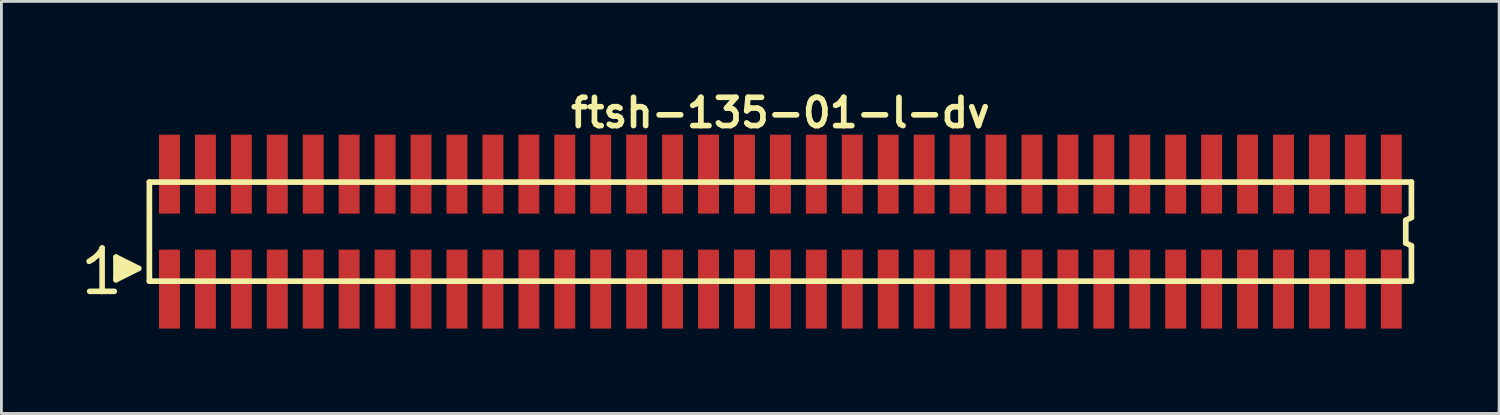
<source format=kicad_pcb>
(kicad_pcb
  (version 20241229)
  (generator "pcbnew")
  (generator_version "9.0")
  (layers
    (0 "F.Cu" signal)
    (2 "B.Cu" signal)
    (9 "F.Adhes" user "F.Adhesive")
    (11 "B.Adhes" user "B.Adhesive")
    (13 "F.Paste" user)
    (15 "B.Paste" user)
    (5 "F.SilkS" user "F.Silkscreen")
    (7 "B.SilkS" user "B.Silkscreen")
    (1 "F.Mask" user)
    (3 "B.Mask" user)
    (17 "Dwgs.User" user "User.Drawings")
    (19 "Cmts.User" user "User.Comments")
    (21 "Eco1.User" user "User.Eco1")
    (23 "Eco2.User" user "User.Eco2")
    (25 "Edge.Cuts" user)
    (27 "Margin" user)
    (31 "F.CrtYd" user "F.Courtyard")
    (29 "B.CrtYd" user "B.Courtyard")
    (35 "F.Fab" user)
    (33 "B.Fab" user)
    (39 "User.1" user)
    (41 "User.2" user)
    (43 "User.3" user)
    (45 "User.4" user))
  (footprint "ftsh-135-01-l-dv"
    (layer "F.Cu")
    (at 24.529 5.136)
    (property "Reference" "ftsh-135-01-l-dv" (at 0 -4.2 0) (layer "F.SilkS") (effects (font (size 1 1) (thickness 0.2))))
    (attr smd)
    (fp_line (start -24.43 1.05) (end -24.3 0.97) (stroke (width 0.198) (type solid)) (layer "F.SilkS"))
    (fp_line (start -24.3 0.97) (end -24.14 0.84) (stroke (width 0.198) (type solid)) (layer "F.SilkS"))
    (fp_line (start -24.14 0.84) (end -24 0.67) (stroke (width 0.198) (type solid)) (layer "F.SilkS"))
    (fp_line (start -24 0.67) (end -23.97 0.58) (stroke (width 0.198) (type solid)) (layer "F.SilkS"))
    (fp_line (start -23.97 0.58) (end -23.97 2.11) (stroke (width 0.198) (type solid)) (layer "F.SilkS"))
    (fp_line (start -23.97 2.11) (end -24.41 2.11) (stroke (width 0.198) (type solid)) (layer "F.SilkS"))
    (fp_line (start -23.54 2.11) (end -23.98 2.11) (stroke (width 0.198) (type solid)) (layer "F.SilkS"))
    (fp_line (start -23.48 0.9) (end -22.68 1.3) (stroke (width 0.198) (type solid)) (layer "F.SilkS"))
    (fp_line (start -23.48 1.7) (end -23.48 0.9) (stroke (width 0.198) (type solid)) (layer "F.SilkS"))
    (fp_line (start -23.38 1.6) (end -23.38 1) (stroke (width 0.198) (type solid)) (layer "F.SilkS"))
    (fp_line (start -23.28 1.1) (end -23.28 1.5) (stroke (width 0.198) (type solid)) (layer "F.SilkS"))
    (fp_line (start -23.18 1.5) (end -23.18 1.1) (stroke (width 0.198) (type solid)) (layer "F.SilkS"))
    (fp_line (start -23.08 1.2) (end -23.08 1.4) (stroke (width 0.198) (type solid)) (layer "F.SilkS"))
    (fp_line (start -22.98 1.4) (end -22.98 1.2) (stroke (width 0.198) (type solid)) (layer "F.SilkS"))
    (fp_line (start -22.68 1.3) (end -23.48 1.7) (stroke (width 0.198) (type solid)) (layer "F.SilkS"))
    (fp_line (start -22.3 -1.75) (end -22.3 1.75) (stroke (width 0.2) (type solid)) (layer "F.SilkS"))
    (fp_line (start -22.3 -1.75) (end 22.3 -1.75) (stroke (width 0.2) (type solid)) (layer "F.SilkS"))
    (fp_line (start -22.3 1.75) (end 22.3 1.75) (stroke (width 0.2) (type solid)) (layer "F.SilkS"))
    (fp_line (start 22.1 -0.4) (end 22.1 0.4) (stroke (width 0.2) (type solid)) (layer "F.SilkS"))
    (fp_line (start 22.1 0.4) (end 22.3 0.5) (stroke (width 0.2) (type solid)) (layer "F.SilkS"))
    (fp_line (start 22.3 -0.5) (end 22.1 -0.4) (stroke (width 0.2) (type solid)) (layer "F.SilkS"))
    (fp_line (start 22.3 -0.5) (end 22.3 -1.75) (stroke (width 0.2) (type solid)) (layer "F.SilkS"))
    (fp_line (start 22.3 0.5) (end 22.3 1.75) (stroke (width 0.2) (type solid)) (layer "F.SilkS"))
    (pad "1" smd rect (at -21.59 2.032) (size 0.74 2.79) (layers "F.Cu" "F.Mask" "F.Paste"))
    (pad "2" smd rect (at -21.59 -2.032) (size 0.74 2.79) (layers "F.Cu" "F.Mask" "F.Paste"))
    (pad "3" smd rect (at -20.32 2.032) (size 0.74 2.79) (layers "F.Cu" "F.Mask" "F.Paste"))
    (pad "4" smd rect (at -20.32 -2.032) (size 0.74 2.79) (layers "F.Cu" "F.Mask" "F.Paste"))
    (pad "5" smd rect (at -19.05 2.032) (size 0.74 2.79) (layers "F.Cu" "F.Mask" "F.Paste"))
    (pad "6" smd rect (at -19.05 -2.032) (size 0.74 2.79) (layers "F.Cu" "F.Mask" "F.Paste"))
    (pad "7" smd rect (at -17.78 2.032) (size 0.74 2.79) (layers "F.Cu" "F.Mask" "F.Paste"))
    (pad "8" smd rect (at -17.78 -2.032) (size 0.74 2.79) (layers "F.Cu" "F.Mask" "F.Paste"))
    (pad "9" smd rect (at -16.51 2.032) (size 0.74 2.79) (layers "F.Cu" "F.Mask" "F.Paste"))
    (pad "10" smd rect (at -16.51 -2.032) (size 0.74 2.79) (layers "F.Cu" "F.Mask" "F.Paste"))
    (pad "11" smd rect (at -15.24 2.032) (size 0.74 2.79) (layers "F.Cu" "F.Mask" "F.Paste"))
    (pad "12" smd rect (at -15.24 -2.032) (size 0.74 2.79) (layers "F.Cu" "F.Mask" "F.Paste"))
    (pad "13" smd rect (at -13.97 2.032) (size 0.74 2.79) (layers "F.Cu" "F.Mask" "F.Paste"))
    (pad "14" smd rect (at -13.97 -2.032) (size 0.74 2.79) (layers "F.Cu" "F.Mask" "F.Paste"))
    (pad "15" smd rect (at -12.7 2.032) (size 0.74 2.79) (layers "F.Cu" "F.Mask" "F.Paste"))
    (pad "16" smd rect (at -12.7 -2.032) (size 0.74 2.79) (layers "F.Cu" "F.Mask" "F.Paste"))
    (pad "17" smd rect (at -11.43 2.032) (size 0.74 2.79) (layers "F.Cu" "F.Mask" "F.Paste"))
    (pad "18" smd rect (at -11.43 -2.032) (size 0.74 2.79) (layers "F.Cu" "F.Mask" "F.Paste"))
    (pad "19" smd rect (at -10.16 2.032) (size 0.74 2.79) (layers "F.Cu" "F.Mask" "F.Paste"))
    (pad "20" smd rect (at -10.16 -2.032) (size 0.74 2.79) (layers "F.Cu" "F.Mask" "F.Paste"))
    (pad "21" smd rect (at -8.89 2.032) (size 0.74 2.79) (layers "F.Cu" "F.Mask" "F.Paste"))
    (pad "22" smd rect (at -8.89 -2.032) (size 0.74 2.79) (layers "F.Cu" "F.Mask" "F.Paste"))
    (pad "23" smd rect (at -7.62 2.032) (size 0.74 2.79) (layers "F.Cu" "F.Mask" "F.Paste"))
    (pad "24" smd rect (at -7.62 -2.032) (size 0.74 2.79) (layers "F.Cu" "F.Mask" "F.Paste"))
    (pad "25" smd rect (at -6.35 2.032) (size 0.74 2.79) (layers "F.Cu" "F.Mask" "F.Paste"))
    (pad "26" smd rect (at -6.35 -2.032) (size 0.74 2.79) (layers "F.Cu" "F.Mask" "F.Paste"))
    (pad "27" smd rect (at -5.08 2.032) (size 0.74 2.79) (layers "F.Cu" "F.Mask" "F.Paste"))
    (pad "28" smd rect (at -5.08 -2.032) (size 0.74 2.79) (layers "F.Cu" "F.Mask" "F.Paste"))
    (pad "29" smd rect (at -3.81 2.032) (size 0.74 2.79) (layers "F.Cu" "F.Mask" "F.Paste"))
    (pad "30" smd rect (at -3.81 -2.032) (size 0.74 2.79) (layers "F.Cu" "F.Mask" "F.Paste"))
    (pad "31" smd rect (at -2.54 2.032) (size 0.74 2.79) (layers "F.Cu" "F.Mask" "F.Paste"))
    (pad "32" smd rect (at -2.54 -2.032) (size 0.74 2.79) (layers "F.Cu" "F.Mask" "F.Paste"))
    (pad "33" smd rect (at -1.27 2.032) (size 0.74 2.79) (layers "F.Cu" "F.Mask" "F.Paste"))
    (pad "34" smd rect (at -1.27 -2.032) (size 0.74 2.79) (layers "F.Cu" "F.Mask" "F.Paste"))
    (pad "35" smd rect (at 0 2.032) (size 0.74 2.79) (layers "F.Cu" "F.Mask" "F.Paste"))
    (pad "36" smd rect (at 0 -2.032) (size 0.74 2.79) (layers "F.Cu" "F.Mask" "F.Paste"))
    (pad "37" smd rect (at 1.27 2.032) (size 0.74 2.79) (layers "F.Cu" "F.Mask" "F.Paste"))
    (pad "38" smd rect (at 1.27 -2.032) (size 0.74 2.79) (layers "F.Cu" "F.Mask" "F.Paste"))
    (pad "39" smd rect (at 2.54 2.032) (size 0.74 2.79) (layers "F.Cu" "F.Mask" "F.Paste"))
    (pad "40" smd rect (at 2.54 -2.032) (size 0.74 2.79) (layers "F.Cu" "F.Mask" "F.Paste"))
    (pad "41" smd rect (at 3.81 2.032) (size 0.74 2.79) (layers "F.Cu" "F.Mask" "F.Paste"))
    (pad "42" smd rect (at 3.81 -2.032) (size 0.74 2.79) (layers "F.Cu" "F.Mask" "F.Paste"))
    (pad "43" smd rect (at 5.08 2.032) (size 0.74 2.79) (layers "F.Cu" "F.Mask" "F.Paste"))
    (pad "44" smd rect (at 5.08 -2.032) (size 0.74 2.79) (layers "F.Cu" "F.Mask" "F.Paste"))
    (pad "45" smd rect (at 6.35 2.032) (size 0.74 2.79) (layers "F.Cu" "F.Mask" "F.Paste"))
    (pad "46" smd rect (at 6.35 -2.032) (size 0.74 2.79) (layers "F.Cu" "F.Mask" "F.Paste"))
    (pad "47" smd rect (at 7.62 2.032) (size 0.74 2.79) (layers "F.Cu" "F.Mask" "F.Paste"))
    (pad "48" smd rect (at 7.62 -2.032) (size 0.74 2.79) (layers "F.Cu" "F.Mask" "F.Paste"))
    (pad "49" smd rect (at 8.89 2.032) (size 0.74 2.79) (layers "F.Cu" "F.Mask" "F.Paste"))
    (pad "50" smd rect (at 8.89 -2.032) (size 0.74 2.79) (layers "F.Cu" "F.Mask" "F.Paste"))
    (pad "51" smd rect (at 10.16 2.032) (size 0.74 2.79) (layers "F.Cu" "F.Mask" "F.Paste"))
    (pad "52" smd rect (at 10.16 -2.032) (size 0.74 2.79) (layers "F.Cu" "F.Mask" "F.Paste"))
    (pad "53" smd rect (at 11.43 2.032) (size 0.74 2.79) (layers "F.Cu" "F.Mask" "F.Paste"))
    (pad "54" smd rect (at 11.43 -2.032) (size 0.74 2.79) (layers "F.Cu" "F.Mask" "F.Paste"))
    (pad "55" smd rect (at 12.7 2.032) (size 0.74 2.79) (layers "F.Cu" "F.Mask" "F.Paste"))
    (pad "56" smd rect (at 12.7 -2.032) (size 0.74 2.79) (layers "F.Cu" "F.Mask" "F.Paste"))
    (pad "57" smd rect (at 13.97 2.032) (size 0.74 2.79) (layers "F.Cu" "F.Mask" "F.Paste"))
    (pad "58" smd rect (at 13.97 -2.032) (size 0.74 2.79) (layers "F.Cu" "F.Mask" "F.Paste"))
    (pad "59" smd rect (at 15.24 2.032) (size 0.74 2.79) (layers "F.Cu" "F.Mask" "F.Paste"))
    (pad "60" smd rect (at 15.24 -2.032) (size 0.74 2.79) (layers "F.Cu" "F.Mask" "F.Paste"))
    (pad "61" smd rect (at 16.51 2.032) (size 0.74 2.79) (layers "F.Cu" "F.Mask" "F.Paste"))
    (pad "62" smd rect (at 16.51 -2.032) (size 0.74 2.79) (layers "F.Cu" "F.Mask" "F.Paste"))
    (pad "63" smd rect (at 17.78 2.032) (size 0.74 2.79) (layers "F.Cu" "F.Mask" "F.Paste"))
    (pad "64" smd rect (at 17.78 -2.032) (size 0.74 2.79) (layers "F.Cu" "F.Mask" "F.Paste"))
    (pad "65" smd rect (at 19.05 2.032) (size 0.74 2.79) (layers "F.Cu" "F.Mask" "F.Paste"))
    (pad "66" smd rect (at 19.05 -2.032) (size 0.74 2.79) (layers "F.Cu" "F.Mask" "F.Paste"))
    (pad "67" smd rect (at 20.32 2.032) (size 0.74 2.79) (layers "F.Cu" "F.Mask" "F.Paste"))
    (pad "68" smd rect (at 20.32 -2.032) (size 0.74 2.79) (layers "F.Cu" "F.Mask" "F.Paste"))
    (pad "69" smd rect (at 21.59 2.032) (size 0.74 2.79) (layers "F.Cu" "F.Mask" "F.Paste"))
    (pad "70" smd rect (at 21.59 -2.032) (size 0.74 2.79) (layers "F.Cu" "F.Mask" "F.Paste")))
  (gr_rect
    (start -3 -3)
    (end 49.929 11.563)
    (stroke (width 0.1) (type default))
    (fill no)
    (layer "Edge.Cuts")))
</source>
